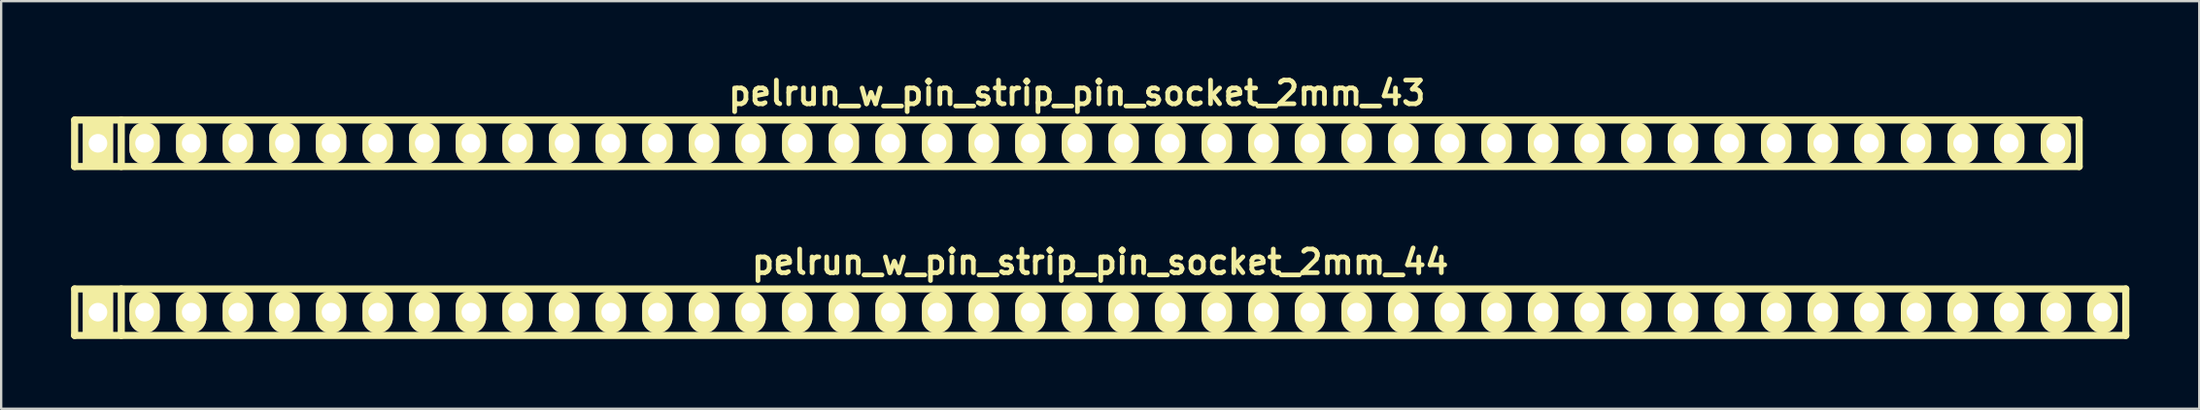
<source format=kicad_pcb>
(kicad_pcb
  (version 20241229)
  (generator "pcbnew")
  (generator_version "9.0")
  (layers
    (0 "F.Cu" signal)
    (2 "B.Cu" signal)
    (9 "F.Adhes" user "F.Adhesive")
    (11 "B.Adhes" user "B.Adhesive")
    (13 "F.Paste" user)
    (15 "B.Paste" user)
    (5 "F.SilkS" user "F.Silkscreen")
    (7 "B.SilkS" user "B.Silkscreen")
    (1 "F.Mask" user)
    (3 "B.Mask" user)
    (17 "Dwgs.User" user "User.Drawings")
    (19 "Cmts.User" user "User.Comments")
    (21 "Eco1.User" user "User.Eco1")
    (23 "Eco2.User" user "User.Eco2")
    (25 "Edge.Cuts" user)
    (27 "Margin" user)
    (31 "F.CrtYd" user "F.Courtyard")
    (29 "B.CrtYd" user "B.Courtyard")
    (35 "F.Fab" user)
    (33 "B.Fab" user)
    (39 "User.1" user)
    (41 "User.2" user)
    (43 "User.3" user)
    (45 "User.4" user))
  (footprint "pelrun_w_pin_strip_pin_socket_2mm_43"
    (layer "F.Cu")
    (at 43.152 3.11)
    (property "Reference" "pelrun_w_pin_strip_pin_socket_2mm_43" (at 0 -2.159 0) (layer "F.SilkS") (effects (font (size 1.016 1.016) (thickness 0.203))))
    (attr through_hole)
    (fp_line (start -43 -1) (end 43 -1) (stroke (width 0.305) (type solid)) (layer "F.SilkS"))
    (fp_line (start -43 1) (end -43 -1) (stroke (width 0.305) (type solid)) (layer "F.SilkS"))
    (fp_line (start -41 -1) (end -41 1) (stroke (width 0.305) (type solid)) (layer "F.SilkS"))
    (fp_line (start 43 -1) (end 43 1) (stroke (width 0.305) (type solid)) (layer "F.SilkS"))
    (fp_line (start 43 1) (end -43 1) (stroke (width 0.305) (type solid)) (layer "F.SilkS"))
    (pad "1" thru_hole rect (at -42 0) (size 1.3 1.8) (drill 0.8) (layers "*.Cu" "*.Mask" "F.SilkS"))
    (pad "2" thru_hole oval (at -40 0) (size 1.3 1.8) (drill 0.8) (layers "*.Cu" "*.Mask" "F.SilkS"))
    (pad "3" thru_hole oval (at -38 0) (size 1.3 1.8) (drill 0.8) (layers "*.Cu" "*.Mask" "F.SilkS"))
    (pad "4" thru_hole oval (at -36 0) (size 1.3 1.8) (drill 0.8) (layers "*.Cu" "*.Mask" "F.SilkS"))
    (pad "5" thru_hole oval (at -34 0) (size 1.3 1.8) (drill 0.8) (layers "*.Cu" "*.Mask" "F.SilkS"))
    (pad "6" thru_hole oval (at -32 0) (size 1.3 1.8) (drill 0.8) (layers "*.Cu" "*.Mask" "F.SilkS"))
    (pad "7" thru_hole oval (at -30 0) (size 1.3 1.8) (drill 0.8) (layers "*.Cu" "*.Mask" "F.SilkS"))
    (pad "8" thru_hole oval (at -28 0) (size 1.3 1.8) (drill 0.8) (layers "*.Cu" "*.Mask" "F.SilkS"))
    (pad "9" thru_hole oval (at -26 0) (size 1.3 1.8) (drill 0.8) (layers "*.Cu" "*.Mask" "F.SilkS"))
    (pad "10" thru_hole oval (at -24 0) (size 1.3 1.8) (drill 0.8) (layers "*.Cu" "*.Mask" "F.SilkS"))
    (pad "11" thru_hole oval (at -22 0) (size 1.3 1.8) (drill 0.8) (layers "*.Cu" "*.Mask" "F.SilkS"))
    (pad "12" thru_hole oval (at -20 0) (size 1.3 1.8) (drill 0.8) (layers "*.Cu" "*.Mask" "F.SilkS"))
    (pad "13" thru_hole oval (at -18 0) (size 1.3 1.8) (drill 0.8) (layers "*.Cu" "*.Mask" "F.SilkS"))
    (pad "14" thru_hole oval (at -16 0) (size 1.3 1.8) (drill 0.8) (layers "*.Cu" "*.Mask" "F.SilkS"))
    (pad "15" thru_hole oval (at -14 0) (size 1.3 1.8) (drill 0.8) (layers "*.Cu" "*.Mask" "F.SilkS"))
    (pad "16" thru_hole oval (at -12 0) (size 1.3 1.8) (drill 0.8) (layers "*.Cu" "*.Mask" "F.SilkS"))
    (pad "17" thru_hole oval (at -10 0) (size 1.3 1.8) (drill 0.8) (layers "*.Cu" "*.Mask" "F.SilkS"))
    (pad "18" thru_hole oval (at -8 0) (size 1.3 1.8) (drill 0.8) (layers "*.Cu" "*.Mask" "F.SilkS"))
    (pad "19" thru_hole oval (at -6 0) (size 1.3 1.8) (drill 0.8) (layers "*.Cu" "*.Mask" "F.SilkS"))
    (pad "20" thru_hole oval (at -4 0) (size 1.3 1.8) (drill 0.8) (layers "*.Cu" "*.Mask" "F.SilkS"))
    (pad "21" thru_hole oval (at -2 0) (size 1.3 1.8) (drill 0.8) (layers "*.Cu" "*.Mask" "F.SilkS"))
    (pad "22" thru_hole oval (at 0 0) (size 1.3 1.8) (drill 0.8) (layers "*.Cu" "*.Mask" "F.SilkS"))
    (pad "23" thru_hole oval (at 2 0) (size 1.3 1.8) (drill 0.8) (layers "*.Cu" "*.Mask" "F.SilkS"))
    (pad "24" thru_hole oval (at 4 0) (size 1.3 1.8) (drill 0.8) (layers "*.Cu" "*.Mask" "F.SilkS"))
    (pad "25" thru_hole oval (at 6 0) (size 1.3 1.8) (drill 0.8) (layers "*.Cu" "*.Mask" "F.SilkS"))
    (pad "26" thru_hole oval (at 8 0) (size 1.3 1.8) (drill 0.8) (layers "*.Cu" "*.Mask" "F.SilkS"))
    (pad "27" thru_hole oval (at 10 0) (size 1.3 1.8) (drill 0.8) (layers "*.Cu" "*.Mask" "F.SilkS"))
    (pad "28" thru_hole oval (at 12 0) (size 1.3 1.8) (drill 0.8) (layers "*.Cu" "*.Mask" "F.SilkS"))
    (pad "29" thru_hole oval (at 14 0) (size 1.3 1.8) (drill 0.8) (layers "*.Cu" "*.Mask" "F.SilkS"))
    (pad "30" thru_hole oval (at 16 0) (size 1.3 1.8) (drill 0.8) (layers "*.Cu" "*.Mask" "F.SilkS"))
    (pad "31" thru_hole oval (at 18 0) (size 1.3 1.8) (drill 0.8) (layers "*.Cu" "*.Mask" "F.SilkS"))
    (pad "32" thru_hole oval (at 20 0) (size 1.3 1.8) (drill 0.8) (layers "*.Cu" "*.Mask" "F.SilkS"))
    (pad "33" thru_hole oval (at 22 0) (size 1.3 1.8) (drill 0.8) (layers "*.Cu" "*.Mask" "F.SilkS"))
    (pad "34" thru_hole oval (at 24 0) (size 1.3 1.8) (drill 0.8) (layers "*.Cu" "*.Mask" "F.SilkS"))
    (pad "35" thru_hole oval (at 26 0) (size 1.3 1.8) (drill 0.8) (layers "*.Cu" "*.Mask" "F.SilkS"))
    (pad "36" thru_hole oval (at 28 0) (size 1.3 1.8) (drill 0.8) (layers "*.Cu" "*.Mask" "F.SilkS"))
    (pad "37" thru_hole oval (at 30 0) (size 1.3 1.8) (drill 0.8) (layers "*.Cu" "*.Mask" "F.SilkS"))
    (pad "38" thru_hole oval (at 32 0) (size 1.3 1.8) (drill 0.8) (layers "*.Cu" "*.Mask" "F.SilkS"))
    (pad "39" thru_hole oval (at 34 0) (size 1.3 1.8) (drill 0.8) (layers "*.Cu" "*.Mask" "F.SilkS"))
    (pad "40" thru_hole oval (at 36 0) (size 1.3 1.8) (drill 0.8) (layers "*.Cu" "*.Mask" "F.SilkS"))
    (pad "41" thru_hole oval (at 38 0) (size 1.3 1.8) (drill 0.8) (layers "*.Cu" "*.Mask" "F.SilkS"))
    (pad "42" thru_hole oval (at 40 0) (size 1.3 1.8) (drill 0.8) (layers "*.Cu" "*.Mask" "F.SilkS"))
    (pad "43" thru_hole oval (at 42 0) (size 1.3 1.8) (drill 0.8) (layers "*.Cu" "*.Mask" "F.SilkS")))
  (footprint "pelrun_w_pin_strip_pin_socket_2mm_44"
    (layer "F.Cu")
    (at 44.152 10.372)
    (property "Reference" "pelrun_w_pin_strip_pin_socket_2mm_44" (at 0 -2.159 0) (layer "F.SilkS") (effects (font (size 1.016 1.016) (thickness 0.203))))
    (attr through_hole)
    (fp_line (start -44 -1) (end 44 -1) (stroke (width 0.305) (type solid)) (layer "F.SilkS"))
    (fp_line (start -44 1) (end -44 -1) (stroke (width 0.305) (type solid)) (layer "F.SilkS"))
    (fp_line (start -42 -1) (end -42 1) (stroke (width 0.305) (type solid)) (layer "F.SilkS"))
    (fp_line (start 44 -1) (end 44 1) (stroke (width 0.305) (type solid)) (layer "F.SilkS"))
    (fp_line (start 44 1) (end -44 1) (stroke (width 0.305) (type solid)) (layer "F.SilkS"))
    (pad "1" thru_hole rect (at -43 0) (size 1.3 1.8) (drill 0.8) (layers "*.Cu" "*.Mask" "F.SilkS"))
    (pad "2" thru_hole oval (at -41 0) (size 1.3 1.8) (drill 0.8) (layers "*.Cu" "*.Mask" "F.SilkS"))
    (pad "3" thru_hole oval (at -39 0) (size 1.3 1.8) (drill 0.8) (layers "*.Cu" "*.Mask" "F.SilkS"))
    (pad "4" thru_hole oval (at -37 0) (size 1.3 1.8) (drill 0.8) (layers "*.Cu" "*.Mask" "F.SilkS"))
    (pad "5" thru_hole oval (at -35 0) (size 1.3 1.8) (drill 0.8) (layers "*.Cu" "*.Mask" "F.SilkS"))
    (pad "6" thru_hole oval (at -33 0) (size 1.3 1.8) (drill 0.8) (layers "*.Cu" "*.Mask" "F.SilkS"))
    (pad "7" thru_hole oval (at -31 0) (size 1.3 1.8) (drill 0.8) (layers "*.Cu" "*.Mask" "F.SilkS"))
    (pad "8" thru_hole oval (at -29 0) (size 1.3 1.8) (drill 0.8) (layers "*.Cu" "*.Mask" "F.SilkS"))
    (pad "9" thru_hole oval (at -27 0) (size 1.3 1.8) (drill 0.8) (layers "*.Cu" "*.Mask" "F.SilkS"))
    (pad "10" thru_hole oval (at -25 0) (size 1.3 1.8) (drill 0.8) (layers "*.Cu" "*.Mask" "F.SilkS"))
    (pad "11" thru_hole oval (at -23 0) (size 1.3 1.8) (drill 0.8) (layers "*.Cu" "*.Mask" "F.SilkS"))
    (pad "12" thru_hole oval (at -21 0) (size 1.3 1.8) (drill 0.8) (layers "*.Cu" "*.Mask" "F.SilkS"))
    (pad "13" thru_hole oval (at -19 0) (size 1.3 1.8) (drill 0.8) (layers "*.Cu" "*.Mask" "F.SilkS"))
    (pad "14" thru_hole oval (at -17 0) (size 1.3 1.8) (drill 0.8) (layers "*.Cu" "*.Mask" "F.SilkS"))
    (pad "15" thru_hole oval (at -15 0) (size 1.3 1.8) (drill 0.8) (layers "*.Cu" "*.Mask" "F.SilkS"))
    (pad "16" thru_hole oval (at -13 0) (size 1.3 1.8) (drill 0.8) (layers "*.Cu" "*.Mask" "F.SilkS"))
    (pad "17" thru_hole oval (at -11 0) (size 1.3 1.8) (drill 0.8) (layers "*.Cu" "*.Mask" "F.SilkS"))
    (pad "18" thru_hole oval (at -9 0) (size 1.3 1.8) (drill 0.8) (layers "*.Cu" "*.Mask" "F.SilkS"))
    (pad "19" thru_hole oval (at -7 0) (size 1.3 1.8) (drill 0.8) (layers "*.Cu" "*.Mask" "F.SilkS"))
    (pad "20" thru_hole oval (at -5 0) (size 1.3 1.8) (drill 0.8) (layers "*.Cu" "*.Mask" "F.SilkS"))
    (pad "21" thru_hole oval (at -3 0) (size 1.3 1.8) (drill 0.8) (layers "*.Cu" "*.Mask" "F.SilkS"))
    (pad "22" thru_hole oval (at -1 0) (size 1.3 1.8) (drill 0.8) (layers "*.Cu" "*.Mask" "F.SilkS"))
    (pad "23" thru_hole oval (at 1 0) (size 1.3 1.8) (drill 0.8) (layers "*.Cu" "*.Mask" "F.SilkS"))
    (pad "24" thru_hole oval (at 3 0) (size 1.3 1.8) (drill 0.8) (layers "*.Cu" "*.Mask" "F.SilkS"))
    (pad "25" thru_hole oval (at 5 0) (size 1.3 1.8) (drill 0.8) (layers "*.Cu" "*.Mask" "F.SilkS"))
    (pad "26" thru_hole oval (at 7 0) (size 1.3 1.8) (drill 0.8) (layers "*.Cu" "*.Mask" "F.SilkS"))
    (pad "27" thru_hole oval (at 9 0) (size 1.3 1.8) (drill 0.8) (layers "*.Cu" "*.Mask" "F.SilkS"))
    (pad "28" thru_hole oval (at 11 0) (size 1.3 1.8) (drill 0.8) (layers "*.Cu" "*.Mask" "F.SilkS"))
    (pad "29" thru_hole oval (at 13 0) (size 1.3 1.8) (drill 0.8) (layers "*.Cu" "*.Mask" "F.SilkS"))
    (pad "30" thru_hole oval (at 15 0) (size 1.3 1.8) (drill 0.8) (layers "*.Cu" "*.Mask" "F.SilkS"))
    (pad "31" thru_hole oval (at 17 0) (size 1.3 1.8) (drill 0.8) (layers "*.Cu" "*.Mask" "F.SilkS"))
    (pad "32" thru_hole oval (at 19 0) (size 1.3 1.8) (drill 0.8) (layers "*.Cu" "*.Mask" "F.SilkS"))
    (pad "33" thru_hole oval (at 21 0) (size 1.3 1.8) (drill 0.8) (layers "*.Cu" "*.Mask" "F.SilkS"))
    (pad "34" thru_hole oval (at 23 0) (size 1.3 1.8) (drill 0.8) (layers "*.Cu" "*.Mask" "F.SilkS"))
    (pad "35" thru_hole oval (at 25 0) (size 1.3 1.8) (drill 0.8) (layers "*.Cu" "*.Mask" "F.SilkS"))
    (pad "36" thru_hole oval (at 27 0) (size 1.3 1.8) (drill 0.8) (layers "*.Cu" "*.Mask" "F.SilkS"))
    (pad "37" thru_hole oval (at 29 0) (size 1.3 1.8) (drill 0.8) (layers "*.Cu" "*.Mask" "F.SilkS"))
    (pad "38" thru_hole oval (at 31 0) (size 1.3 1.8) (drill 0.8) (layers "*.Cu" "*.Mask" "F.SilkS"))
    (pad "39" thru_hole oval (at 33 0) (size 1.3 1.8) (drill 0.8) (layers "*.Cu" "*.Mask" "F.SilkS"))
    (pad "40" thru_hole oval (at 35 0) (size 1.3 1.8) (drill 0.8) (layers "*.Cu" "*.Mask" "F.SilkS"))
    (pad "41" thru_hole oval (at 37 0) (size 1.3 1.8) (drill 0.8) (layers "*.Cu" "*.Mask" "F.SilkS"))
    (pad "42" thru_hole oval (at 39 0) (size 1.3 1.8) (drill 0.8) (layers "*.Cu" "*.Mask" "F.SilkS"))
    (pad "43" thru_hole oval (at 41 0) (size 1.3 1.8) (drill 0.8) (layers "*.Cu" "*.Mask" "F.SilkS"))
    (pad "44" thru_hole oval (at 43 0) (size 1.3 1.8) (drill 0.8) (layers "*.Cu" "*.Mask" "F.SilkS")))
  (gr_rect
    (start -3 -3)
    (end 91.305 14.525)
    (stroke (width 0.1) (type default))
    (fill no)
    (layer "Edge.Cuts")))
</source>
